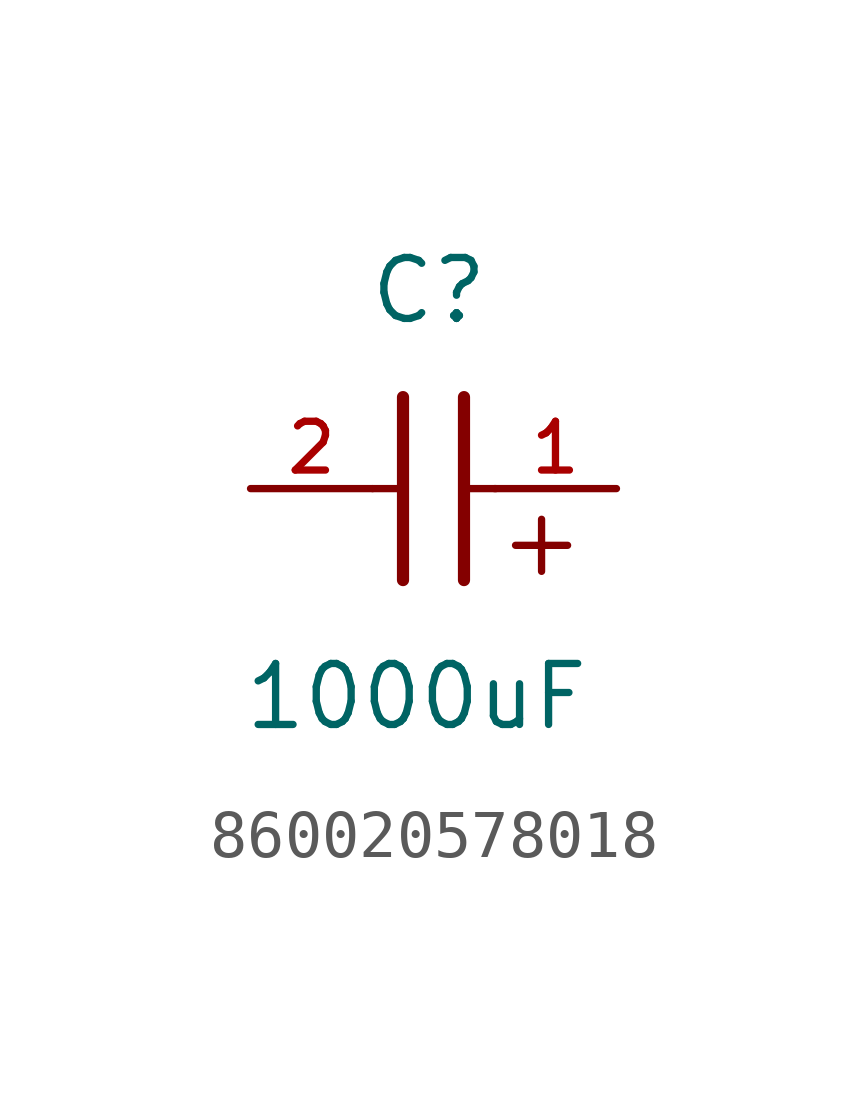
<source format=kicad_sym>
(kicad_symbol_lib
  (version 20231120)
  (generator "kicad_symbol_editor")
  (generator_version "8.0")
  (symbol "860020578018"
    (pin_names
      (offset 1.016))
    (property "Reference" "C"
      (at 1.175 3.38 0)
      (effects (font (size 1.27 1.27)) (justify bottom)))
    (property "Value" "1000uF"
      (at 0.915 -5.075 0)
      (effects (font (size 1.27 1.27)) (justify bottom)))
    (symbol "860020578018_0_0"
      (polyline (pts (xy 0 0) (xy 0.643 0)) (stroke (width 0.152) (type default)) (fill (type none)))
      (polyline (pts (xy 0.635 -1.905) (xy 0.635 1.905)) (stroke (width 0.254) (type default)) (fill (type none)))
      (polyline (pts (xy 1.905 1.905) (xy 1.905 -1.905)) (stroke (width 0.254) (type default)) (fill (type none)))
      (polyline (pts (xy 1.928 0) (xy 2.571 0)) (stroke (width 0.152) (type default)) (fill (type none)))
      (text "+" (at 2.54 -1.905 0) (effects (font (size 1.422 1.422)) (justify left bottom)))
      (pin passive line (at 5.08 0 180) (length 2.54) (name "~" (effects (font (size 1.016 1.016)))) (number "1" (effects (font (size 1.016 1.016)))))
      (pin passive line (at -2.54 0 0) (length 2.54) (name "~" (effects (font (size 1.016 1.016)))) (number "2" (effects (font (size 1.016 1.016))))))))
</source>
